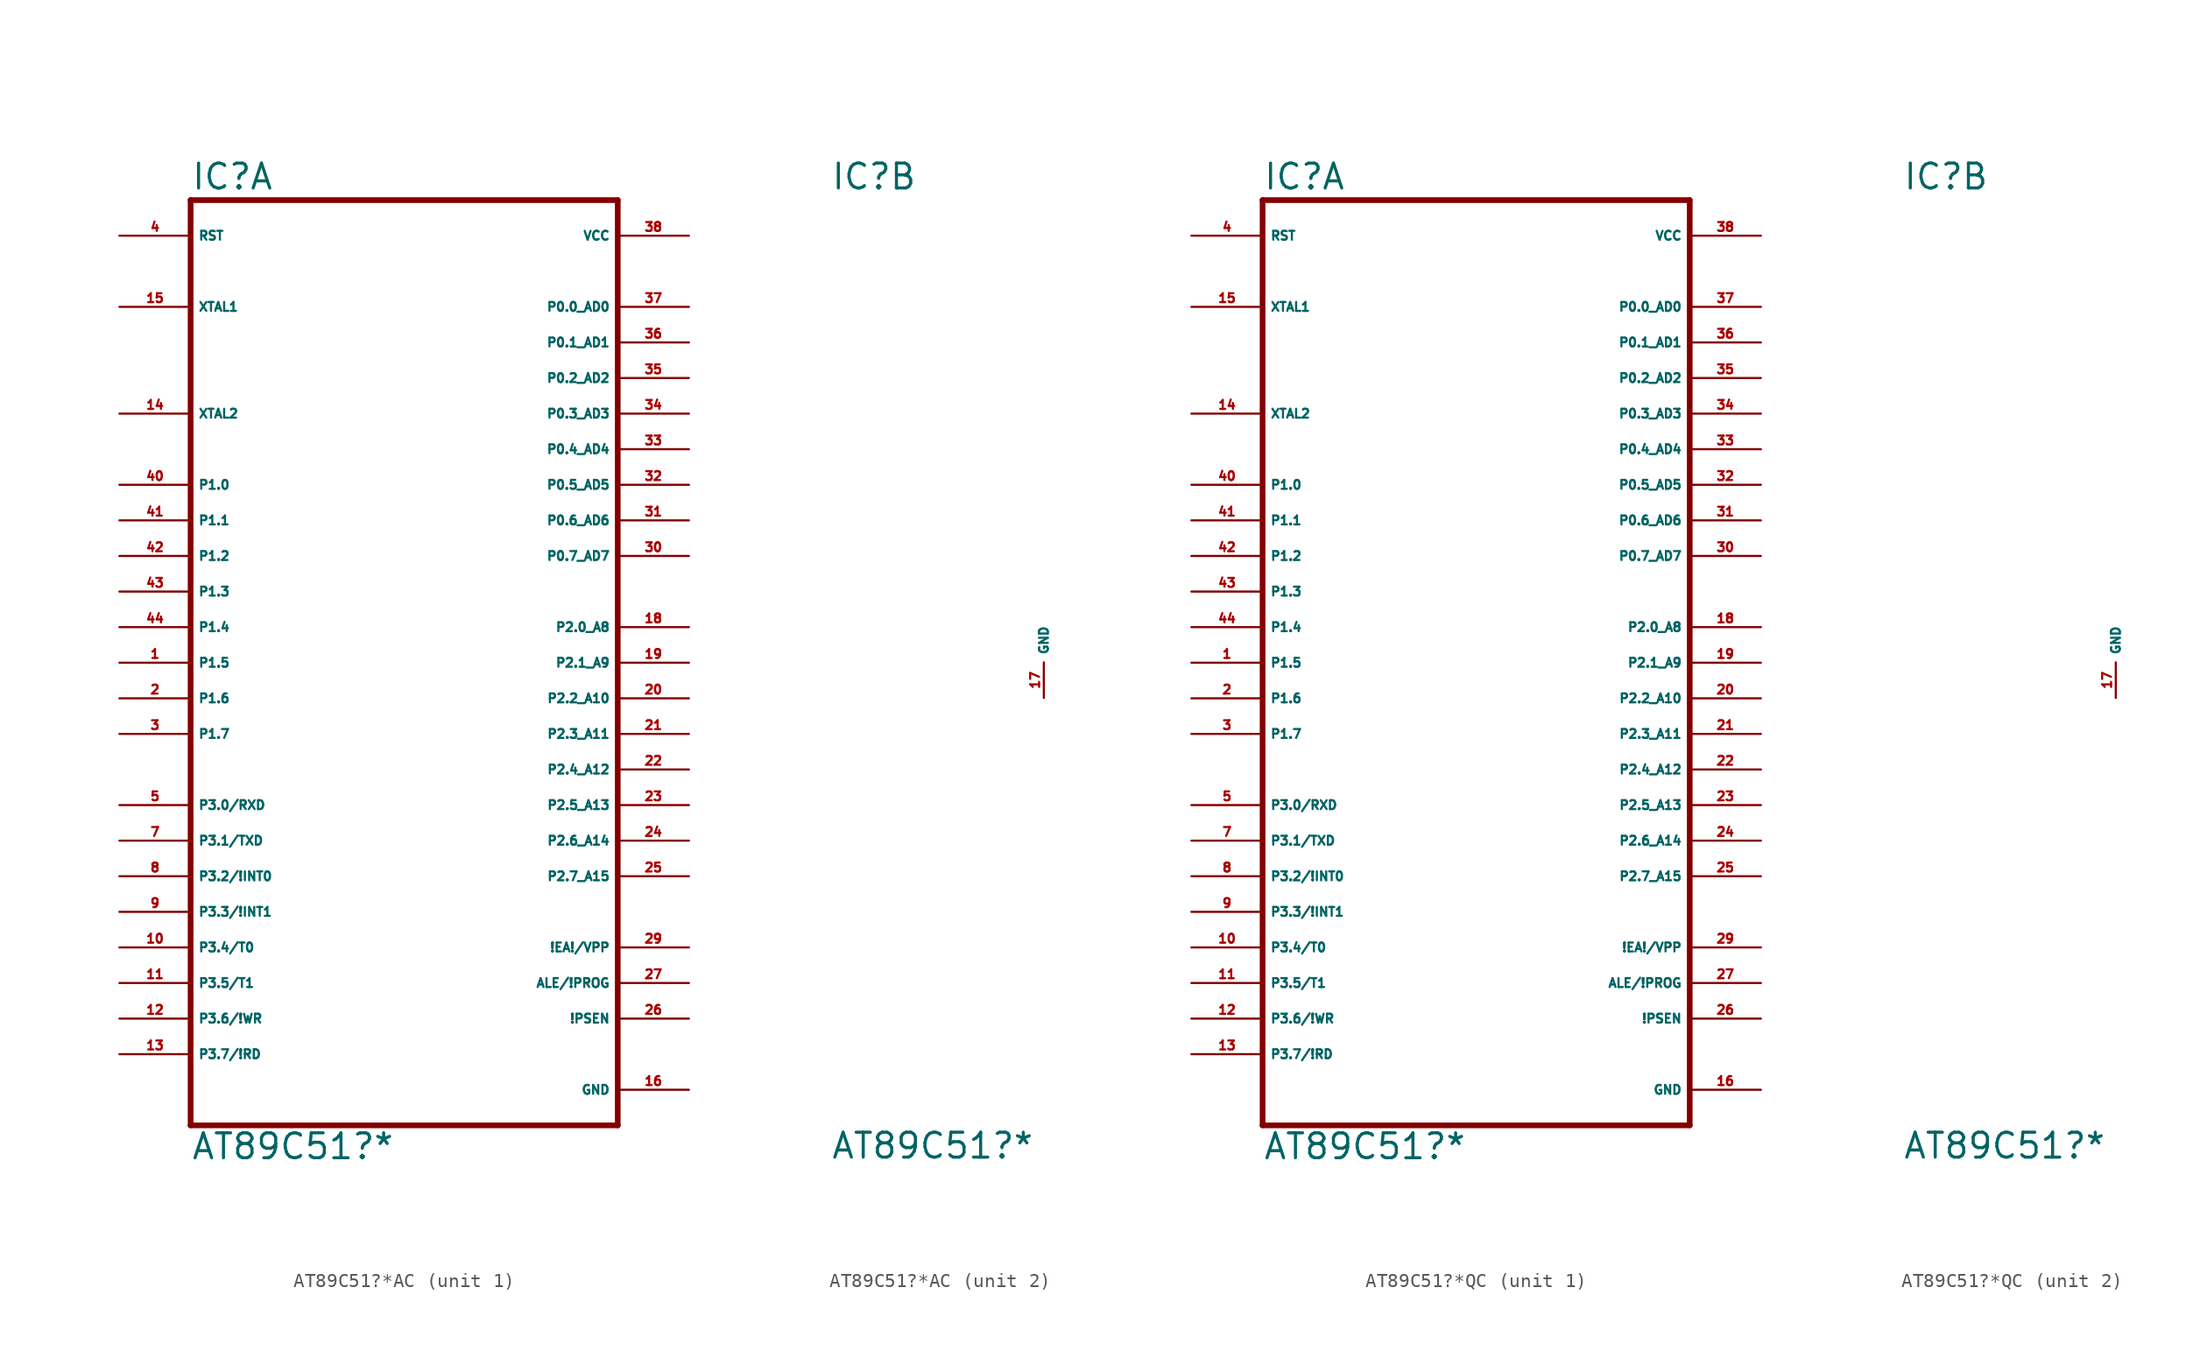
<source format=kicad_sym>
(kicad_symbol_lib
  (version 20220914)
  (generator Eagle2Kicad)
  (symbol "AT89C51?*AC"
    (property "Reference" "IC"
      (at -15.24 33.655 0)
      (effects (font (size 1.778 1.778) (thickness 0.22)) (justify left bottom)))
    (property "Value" "AT89C51?*"
      (at -15.24 -35.56 0)
      (effects (font (size 1.778 1.778) (thickness 0.22)) (justify left bottom)))
    (symbol "AT89C51?*AC_1_0"
      (polyline (pts (xy -15.24 -33.02) (xy 15.24 -33.02)) (stroke (width 0.406) (type default)) (fill (type none)))
      (polyline (pts (xy 15.24 -33.02) (xy 15.24 33.02)) (stroke (width 0.406) (type default)) (fill (type none)))
      (polyline (pts (xy 15.24 33.02) (xy -15.24 33.02)) (stroke (width 0.406) (type default)) (fill (type none)))
      (polyline (pts (xy -15.24 33.02) (xy -15.24 -33.02)) (stroke (width 0.406) (type default)) (fill (type none)))
      (pin input line (at 20.32 -20.32 180) (length 5.08) (name "!EA!/VPP" (effects (font (size 0.635 0.635) (thickness 0.08)) (justify left bottom))) (number "29" (effects (font (size 0.635 0.635) (thickness 0.08)) (justify left bottom))))
      (pin bidirectional line (at 20.32 25.4 180) (length 5.08) (name "P0.0_AD0" (effects (font (size 0.635 0.635) (thickness 0.08)) (justify left bottom))) (number "37" (effects (font (size 0.635 0.635) (thickness 0.08)) (justify left bottom))))
      (pin bidirectional line (at 20.32 22.86 180) (length 5.08) (name "P0.1_AD1" (effects (font (size 0.635 0.635) (thickness 0.08)) (justify left bottom))) (number "36" (effects (font (size 0.635 0.635) (thickness 0.08)) (justify left bottom))))
      (pin bidirectional line (at 20.32 20.32 180) (length 5.08) (name "P0.2_AD2" (effects (font (size 0.635 0.635) (thickness 0.08)) (justify left bottom))) (number "35" (effects (font (size 0.635 0.635) (thickness 0.08)) (justify left bottom))))
      (pin bidirectional line (at 20.32 17.78 180) (length 5.08) (name "P0.3_AD3" (effects (font (size 0.635 0.635) (thickness 0.08)) (justify left bottom))) (number "34" (effects (font (size 0.635 0.635) (thickness 0.08)) (justify left bottom))))
      (pin bidirectional line (at 20.32 15.24 180) (length 5.08) (name "P0.4_AD4" (effects (font (size 0.635 0.635) (thickness 0.08)) (justify left bottom))) (number "33" (effects (font (size 0.635 0.635) (thickness 0.08)) (justify left bottom))))
      (pin bidirectional line (at 20.32 12.7 180) (length 5.08) (name "P0.5_AD5" (effects (font (size 0.635 0.635) (thickness 0.08)) (justify left bottom))) (number "32" (effects (font (size 0.635 0.635) (thickness 0.08)) (justify left bottom))))
      (pin bidirectional line (at 20.32 10.16 180) (length 5.08) (name "P0.6_AD6" (effects (font (size 0.635 0.635) (thickness 0.08)) (justify left bottom))) (number "31" (effects (font (size 0.635 0.635) (thickness 0.08)) (justify left bottom))))
      (pin bidirectional line (at 20.32 7.62 180) (length 5.08) (name "P0.7_AD7" (effects (font (size 0.635 0.635) (thickness 0.08)) (justify left bottom))) (number "30" (effects (font (size 0.635 0.635) (thickness 0.08)) (justify left bottom))))
      (pin input line (at -20.32 25.4 0) (length 5.08) (name "XTAL1" (effects (font (size 0.635 0.635) (thickness 0.08)) (justify left bottom))) (number "15" (effects (font (size 0.635 0.635) (thickness 0.08)) (justify left bottom))))
      (pin input line (at -20.32 17.78 0) (length 5.08) (name "XTAL2" (effects (font (size 0.635 0.635) (thickness 0.08)) (justify left bottom))) (number "14" (effects (font (size 0.635 0.635) (thickness 0.08)) (justify left bottom))))
      (pin input line (at -20.32 30.48 0) (length 5.08) (name "RST" (effects (font (size 0.635 0.635) (thickness 0.08)) (justify left bottom))) (number "4" (effects (font (size 0.635 0.635) (thickness 0.08)) (justify left bottom))))
      (pin output line (at 20.32 -22.86 180) (length 5.08) (name "ALE/!PROG" (effects (font (size 0.635 0.635) (thickness 0.08)) (justify left bottom))) (number "27" (effects (font (size 0.635 0.635) (thickness 0.08)) (justify left bottom))))
      (pin output line (at 20.32 -25.4 180) (length 5.08) (name "!PSEN" (effects (font (size 0.635 0.635) (thickness 0.08)) (justify left bottom))) (number "26" (effects (font (size 0.635 0.635) (thickness 0.08)) (justify left bottom))))
      (pin bidirectional line (at 20.32 2.54 180) (length 5.08) (name "P2.0_A8" (effects (font (size 0.635 0.635) (thickness 0.08)) (justify left bottom))) (number "18" (effects (font (size 0.635 0.635) (thickness 0.08)) (justify left bottom))))
      (pin bidirectional line (at 20.32 0 180) (length 5.08) (name "P2.1_A9" (effects (font (size 0.635 0.635) (thickness 0.08)) (justify left bottom))) (number "19" (effects (font (size 0.635 0.635) (thickness 0.08)) (justify left bottom))))
      (pin bidirectional line (at 20.32 -2.54 180) (length 5.08) (name "P2.2_A10" (effects (font (size 0.635 0.635) (thickness 0.08)) (justify left bottom))) (number "20" (effects (font (size 0.635 0.635) (thickness 0.08)) (justify left bottom))))
      (pin bidirectional line (at 20.32 -5.08 180) (length 5.08) (name "P2.3_A11" (effects (font (size 0.635 0.635) (thickness 0.08)) (justify left bottom))) (number "21" (effects (font (size 0.635 0.635) (thickness 0.08)) (justify left bottom))))
      (pin bidirectional line (at 20.32 -7.62 180) (length 5.08) (name "P2.4_A12" (effects (font (size 0.635 0.635) (thickness 0.08)) (justify left bottom))) (number "22" (effects (font (size 0.635 0.635) (thickness 0.08)) (justify left bottom))))
      (pin bidirectional line (at 20.32 -10.16 180) (length 5.08) (name "P2.5_A13" (effects (font (size 0.635 0.635) (thickness 0.08)) (justify left bottom))) (number "23" (effects (font (size 0.635 0.635) (thickness 0.08)) (justify left bottom))))
      (pin bidirectional line (at 20.32 -12.7 180) (length 5.08) (name "P2.6_A14" (effects (font (size 0.635 0.635) (thickness 0.08)) (justify left bottom))) (number "24" (effects (font (size 0.635 0.635) (thickness 0.08)) (justify left bottom))))
      (pin bidirectional line (at 20.32 -15.24 180) (length 5.08) (name "P2.7_A15" (effects (font (size 0.635 0.635) (thickness 0.08)) (justify left bottom))) (number "25" (effects (font (size 0.635 0.635) (thickness 0.08)) (justify left bottom))))
      (pin bidirectional line (at -20.32 12.7 0) (length 5.08) (name "P1.0" (effects (font (size 0.635 0.635) (thickness 0.08)) (justify left bottom))) (number "40" (effects (font (size 0.635 0.635) (thickness 0.08)) (justify left bottom))))
      (pin bidirectional line (at -20.32 10.16 0) (length 5.08) (name "P1.1" (effects (font (size 0.635 0.635) (thickness 0.08)) (justify left bottom))) (number "41" (effects (font (size 0.635 0.635) (thickness 0.08)) (justify left bottom))))
      (pin bidirectional line (at -20.32 7.62 0) (length 5.08) (name "P1.2" (effects (font (size 0.635 0.635) (thickness 0.08)) (justify left bottom))) (number "42" (effects (font (size 0.635 0.635) (thickness 0.08)) (justify left bottom))))
      (pin bidirectional line (at -20.32 5.08 0) (length 5.08) (name "P1.3" (effects (font (size 0.635 0.635) (thickness 0.08)) (justify left bottom))) (number "43" (effects (font (size 0.635 0.635) (thickness 0.08)) (justify left bottom))))
      (pin bidirectional line (at -20.32 2.54 0) (length 5.08) (name "P1.4" (effects (font (size 0.635 0.635) (thickness 0.08)) (justify left bottom))) (number "44" (effects (font (size 0.635 0.635) (thickness 0.08)) (justify left bottom))))
      (pin bidirectional line (at -20.32 0 0) (length 5.08) (name "P1.5" (effects (font (size 0.635 0.635) (thickness 0.08)) (justify left bottom))) (number "1" (effects (font (size 0.635 0.635) (thickness 0.08)) (justify left bottom))))
      (pin bidirectional line (at -20.32 -2.54 0) (length 5.08) (name "P1.6" (effects (font (size 0.635 0.635) (thickness 0.08)) (justify left bottom))) (number "2" (effects (font (size 0.635 0.635) (thickness 0.08)) (justify left bottom))))
      (pin bidirectional line (at -20.32 -5.08 0) (length 5.08) (name "P1.7" (effects (font (size 0.635 0.635) (thickness 0.08)) (justify left bottom))) (number "3" (effects (font (size 0.635 0.635) (thickness 0.08)) (justify left bottom))))
      (pin bidirectional line (at -20.32 -10.16 0) (length 5.08) (name "P3.0/RXD" (effects (font (size 0.635 0.635) (thickness 0.08)) (justify left bottom))) (number "5" (effects (font (size 0.635 0.635) (thickness 0.08)) (justify left bottom))))
      (pin bidirectional line (at -20.32 -12.7 0) (length 5.08) (name "P3.1/TXD" (effects (font (size 0.635 0.635) (thickness 0.08)) (justify left bottom))) (number "7" (effects (font (size 0.635 0.635) (thickness 0.08)) (justify left bottom))))
      (pin bidirectional line (at -20.32 -15.24 0) (length 5.08) (name "P3.2/!INT0" (effects (font (size 0.635 0.635) (thickness 0.08)) (justify left bottom))) (number "8" (effects (font (size 0.635 0.635) (thickness 0.08)) (justify left bottom))))
      (pin bidirectional line (at -20.32 -17.78 0) (length 5.08) (name "P3.3/!INT1" (effects (font (size 0.635 0.635) (thickness 0.08)) (justify left bottom))) (number "9" (effects (font (size 0.635 0.635) (thickness 0.08)) (justify left bottom))))
      (pin bidirectional line (at -20.32 -20.32 0) (length 5.08) (name "P3.4/T0" (effects (font (size 0.635 0.635) (thickness 0.08)) (justify left bottom))) (number "10" (effects (font (size 0.635 0.635) (thickness 0.08)) (justify left bottom))))
      (pin bidirectional line (at -20.32 -22.86 0) (length 5.08) (name "P3.5/T1" (effects (font (size 0.635 0.635) (thickness 0.08)) (justify left bottom))) (number "11" (effects (font (size 0.635 0.635) (thickness 0.08)) (justify left bottom))))
      (pin bidirectional line (at -20.32 -25.4 0) (length 5.08) (name "P3.6/!WR" (effects (font (size 0.635 0.635) (thickness 0.08)) (justify left bottom))) (number "12" (effects (font (size 0.635 0.635) (thickness 0.08)) (justify left bottom))))
      (pin bidirectional line (at -20.32 -27.94 0) (length 5.08) (name "P3.7/!RD" (effects (font (size 0.635 0.635) (thickness 0.08)) (justify left bottom))) (number "13" (effects (font (size 0.635 0.635) (thickness 0.08)) (justify left bottom))))
      (pin unspecified line (at 20.32 30.48 180) (length 5.08) (name "VCC" (effects (font (size 0.635 0.635) (thickness 0.08)) (justify left bottom))) (number "38" (effects (font (size 0.635 0.635) (thickness 0.08)) (justify left bottom))))
      (pin unspecified line (at 20.32 -30.48 180) (length 5.08) (name "GND" (effects (font (size 0.635 0.635) (thickness 0.08)) (justify left bottom))) (number "16" (effects (font (size 0.635 0.635) (thickness 0.08)) (justify left bottom)))))
    (symbol "AT89C51?*AC_2_0"
      (pin unspecified line (at 0 -2.54 90) (length 2.54) (name "GND" (effects (font (size 0.635 0.635) (thickness 0.08)) (justify left bottom))) (number "17" (effects (font (size 0.635 0.635) (thickness 0.08)) (justify left bottom))))))
  (symbol "AT89C51?*QC"
    (property "Reference" "IC"
      (at -15.24 33.655 0)
      (effects (font (size 1.778 1.778) (thickness 0.22)) (justify left bottom)))
    (property "Value" "AT89C51?*"
      (at -15.24 -35.56 0)
      (effects (font (size 1.778 1.778) (thickness 0.22)) (justify left bottom)))
    (symbol "AT89C51?*QC_1_0"
      (polyline (pts (xy -15.24 -33.02) (xy 15.24 -33.02)) (stroke (width 0.406) (type default)) (fill (type none)))
      (polyline (pts (xy 15.24 -33.02) (xy 15.24 33.02)) (stroke (width 0.406) (type default)) (fill (type none)))
      (polyline (pts (xy 15.24 33.02) (xy -15.24 33.02)) (stroke (width 0.406) (type default)) (fill (type none)))
      (polyline (pts (xy -15.24 33.02) (xy -15.24 -33.02)) (stroke (width 0.406) (type default)) (fill (type none)))
      (pin input line (at 20.32 -20.32 180) (length 5.08) (name "!EA!/VPP" (effects (font (size 0.635 0.635) (thickness 0.08)) (justify left bottom))) (number "29" (effects (font (size 0.635 0.635) (thickness 0.08)) (justify left bottom))))
      (pin bidirectional line (at 20.32 25.4 180) (length 5.08) (name "P0.0_AD0" (effects (font (size 0.635 0.635) (thickness 0.08)) (justify left bottom))) (number "37" (effects (font (size 0.635 0.635) (thickness 0.08)) (justify left bottom))))
      (pin bidirectional line (at 20.32 22.86 180) (length 5.08) (name "P0.1_AD1" (effects (font (size 0.635 0.635) (thickness 0.08)) (justify left bottom))) (number "36" (effects (font (size 0.635 0.635) (thickness 0.08)) (justify left bottom))))
      (pin bidirectional line (at 20.32 20.32 180) (length 5.08) (name "P0.2_AD2" (effects (font (size 0.635 0.635) (thickness 0.08)) (justify left bottom))) (number "35" (effects (font (size 0.635 0.635) (thickness 0.08)) (justify left bottom))))
      (pin bidirectional line (at 20.32 17.78 180) (length 5.08) (name "P0.3_AD3" (effects (font (size 0.635 0.635) (thickness 0.08)) (justify left bottom))) (number "34" (effects (font (size 0.635 0.635) (thickness 0.08)) (justify left bottom))))
      (pin bidirectional line (at 20.32 15.24 180) (length 5.08) (name "P0.4_AD4" (effects (font (size 0.635 0.635) (thickness 0.08)) (justify left bottom))) (number "33" (effects (font (size 0.635 0.635) (thickness 0.08)) (justify left bottom))))
      (pin bidirectional line (at 20.32 12.7 180) (length 5.08) (name "P0.5_AD5" (effects (font (size 0.635 0.635) (thickness 0.08)) (justify left bottom))) (number "32" (effects (font (size 0.635 0.635) (thickness 0.08)) (justify left bottom))))
      (pin bidirectional line (at 20.32 10.16 180) (length 5.08) (name "P0.6_AD6" (effects (font (size 0.635 0.635) (thickness 0.08)) (justify left bottom))) (number "31" (effects (font (size 0.635 0.635) (thickness 0.08)) (justify left bottom))))
      (pin bidirectional line (at 20.32 7.62 180) (length 5.08) (name "P0.7_AD7" (effects (font (size 0.635 0.635) (thickness 0.08)) (justify left bottom))) (number "30" (effects (font (size 0.635 0.635) (thickness 0.08)) (justify left bottom))))
      (pin input line (at -20.32 25.4 0) (length 5.08) (name "XTAL1" (effects (font (size 0.635 0.635) (thickness 0.08)) (justify left bottom))) (number "15" (effects (font (size 0.635 0.635) (thickness 0.08)) (justify left bottom))))
      (pin input line (at -20.32 17.78 0) (length 5.08) (name "XTAL2" (effects (font (size 0.635 0.635) (thickness 0.08)) (justify left bottom))) (number "14" (effects (font (size 0.635 0.635) (thickness 0.08)) (justify left bottom))))
      (pin input line (at -20.32 30.48 0) (length 5.08) (name "RST" (effects (font (size 0.635 0.635) (thickness 0.08)) (justify left bottom))) (number "4" (effects (font (size 0.635 0.635) (thickness 0.08)) (justify left bottom))))
      (pin output line (at 20.32 -22.86 180) (length 5.08) (name "ALE/!PROG" (effects (font (size 0.635 0.635) (thickness 0.08)) (justify left bottom))) (number "27" (effects (font (size 0.635 0.635) (thickness 0.08)) (justify left bottom))))
      (pin output line (at 20.32 -25.4 180) (length 5.08) (name "!PSEN" (effects (font (size 0.635 0.635) (thickness 0.08)) (justify left bottom))) (number "26" (effects (font (size 0.635 0.635) (thickness 0.08)) (justify left bottom))))
      (pin bidirectional line (at 20.32 2.54 180) (length 5.08) (name "P2.0_A8" (effects (font (size 0.635 0.635) (thickness 0.08)) (justify left bottom))) (number "18" (effects (font (size 0.635 0.635) (thickness 0.08)) (justify left bottom))))
      (pin bidirectional line (at 20.32 0 180) (length 5.08) (name "P2.1_A9" (effects (font (size 0.635 0.635) (thickness 0.08)) (justify left bottom))) (number "19" (effects (font (size 0.635 0.635) (thickness 0.08)) (justify left bottom))))
      (pin bidirectional line (at 20.32 -2.54 180) (length 5.08) (name "P2.2_A10" (effects (font (size 0.635 0.635) (thickness 0.08)) (justify left bottom))) (number "20" (effects (font (size 0.635 0.635) (thickness 0.08)) (justify left bottom))))
      (pin bidirectional line (at 20.32 -5.08 180) (length 5.08) (name "P2.3_A11" (effects (font (size 0.635 0.635) (thickness 0.08)) (justify left bottom))) (number "21" (effects (font (size 0.635 0.635) (thickness 0.08)) (justify left bottom))))
      (pin bidirectional line (at 20.32 -7.62 180) (length 5.08) (name "P2.4_A12" (effects (font (size 0.635 0.635) (thickness 0.08)) (justify left bottom))) (number "22" (effects (font (size 0.635 0.635) (thickness 0.08)) (justify left bottom))))
      (pin bidirectional line (at 20.32 -10.16 180) (length 5.08) (name "P2.5_A13" (effects (font (size 0.635 0.635) (thickness 0.08)) (justify left bottom))) (number "23" (effects (font (size 0.635 0.635) (thickness 0.08)) (justify left bottom))))
      (pin bidirectional line (at 20.32 -12.7 180) (length 5.08) (name "P2.6_A14" (effects (font (size 0.635 0.635) (thickness 0.08)) (justify left bottom))) (number "24" (effects (font (size 0.635 0.635) (thickness 0.08)) (justify left bottom))))
      (pin bidirectional line (at 20.32 -15.24 180) (length 5.08) (name "P2.7_A15" (effects (font (size 0.635 0.635) (thickness 0.08)) (justify left bottom))) (number "25" (effects (font (size 0.635 0.635) (thickness 0.08)) (justify left bottom))))
      (pin bidirectional line (at -20.32 12.7 0) (length 5.08) (name "P1.0" (effects (font (size 0.635 0.635) (thickness 0.08)) (justify left bottom))) (number "40" (effects (font (size 0.635 0.635) (thickness 0.08)) (justify left bottom))))
      (pin bidirectional line (at -20.32 10.16 0) (length 5.08) (name "P1.1" (effects (font (size 0.635 0.635) (thickness 0.08)) (justify left bottom))) (number "41" (effects (font (size 0.635 0.635) (thickness 0.08)) (justify left bottom))))
      (pin bidirectional line (at -20.32 7.62 0) (length 5.08) (name "P1.2" (effects (font (size 0.635 0.635) (thickness 0.08)) (justify left bottom))) (number "42" (effects (font (size 0.635 0.635) (thickness 0.08)) (justify left bottom))))
      (pin bidirectional line (at -20.32 5.08 0) (length 5.08) (name "P1.3" (effects (font (size 0.635 0.635) (thickness 0.08)) (justify left bottom))) (number "43" (effects (font (size 0.635 0.635) (thickness 0.08)) (justify left bottom))))
      (pin bidirectional line (at -20.32 2.54 0) (length 5.08) (name "P1.4" (effects (font (size 0.635 0.635) (thickness 0.08)) (justify left bottom))) (number "44" (effects (font (size 0.635 0.635) (thickness 0.08)) (justify left bottom))))
      (pin bidirectional line (at -20.32 0 0) (length 5.08) (name "P1.5" (effects (font (size 0.635 0.635) (thickness 0.08)) (justify left bottom))) (number "1" (effects (font (size 0.635 0.635) (thickness 0.08)) (justify left bottom))))
      (pin bidirectional line (at -20.32 -2.54 0) (length 5.08) (name "P1.6" (effects (font (size 0.635 0.635) (thickness 0.08)) (justify left bottom))) (number "2" (effects (font (size 0.635 0.635) (thickness 0.08)) (justify left bottom))))
      (pin bidirectional line (at -20.32 -5.08 0) (length 5.08) (name "P1.7" (effects (font (size 0.635 0.635) (thickness 0.08)) (justify left bottom))) (number "3" (effects (font (size 0.635 0.635) (thickness 0.08)) (justify left bottom))))
      (pin bidirectional line (at -20.32 -10.16 0) (length 5.08) (name "P3.0/RXD" (effects (font (size 0.635 0.635) (thickness 0.08)) (justify left bottom))) (number "5" (effects (font (size 0.635 0.635) (thickness 0.08)) (justify left bottom))))
      (pin bidirectional line (at -20.32 -12.7 0) (length 5.08) (name "P3.1/TXD" (effects (font (size 0.635 0.635) (thickness 0.08)) (justify left bottom))) (number "7" (effects (font (size 0.635 0.635) (thickness 0.08)) (justify left bottom))))
      (pin bidirectional line (at -20.32 -15.24 0) (length 5.08) (name "P3.2/!INT0" (effects (font (size 0.635 0.635) (thickness 0.08)) (justify left bottom))) (number "8" (effects (font (size 0.635 0.635) (thickness 0.08)) (justify left bottom))))
      (pin bidirectional line (at -20.32 -17.78 0) (length 5.08) (name "P3.3/!INT1" (effects (font (size 0.635 0.635) (thickness 0.08)) (justify left bottom))) (number "9" (effects (font (size 0.635 0.635) (thickness 0.08)) (justify left bottom))))
      (pin bidirectional line (at -20.32 -20.32 0) (length 5.08) (name "P3.4/T0" (effects (font (size 0.635 0.635) (thickness 0.08)) (justify left bottom))) (number "10" (effects (font (size 0.635 0.635) (thickness 0.08)) (justify left bottom))))
      (pin bidirectional line (at -20.32 -22.86 0) (length 5.08) (name "P3.5/T1" (effects (font (size 0.635 0.635) (thickness 0.08)) (justify left bottom))) (number "11" (effects (font (size 0.635 0.635) (thickness 0.08)) (justify left bottom))))
      (pin bidirectional line (at -20.32 -25.4 0) (length 5.08) (name "P3.6/!WR" (effects (font (size 0.635 0.635) (thickness 0.08)) (justify left bottom))) (number "12" (effects (font (size 0.635 0.635) (thickness 0.08)) (justify left bottom))))
      (pin bidirectional line (at -20.32 -27.94 0) (length 5.08) (name "P3.7/!RD" (effects (font (size 0.635 0.635) (thickness 0.08)) (justify left bottom))) (number "13" (effects (font (size 0.635 0.635) (thickness 0.08)) (justify left bottom))))
      (pin unspecified line (at 20.32 30.48 180) (length 5.08) (name "VCC" (effects (font (size 0.635 0.635) (thickness 0.08)) (justify left bottom))) (number "38" (effects (font (size 0.635 0.635) (thickness 0.08)) (justify left bottom))))
      (pin unspecified line (at 20.32 -30.48 180) (length 5.08) (name "GND" (effects (font (size 0.635 0.635) (thickness 0.08)) (justify left bottom))) (number "16" (effects (font (size 0.635 0.635) (thickness 0.08)) (justify left bottom)))))
    (symbol "AT89C51?*QC_2_0"
      (pin unspecified line (at 0 -2.54 90) (length 2.54) (name "GND" (effects (font (size 0.635 0.635) (thickness 0.08)) (justify left bottom))) (number "17" (effects (font (size 0.635 0.635) (thickness 0.08)) (justify left bottom)))))))
</source>
